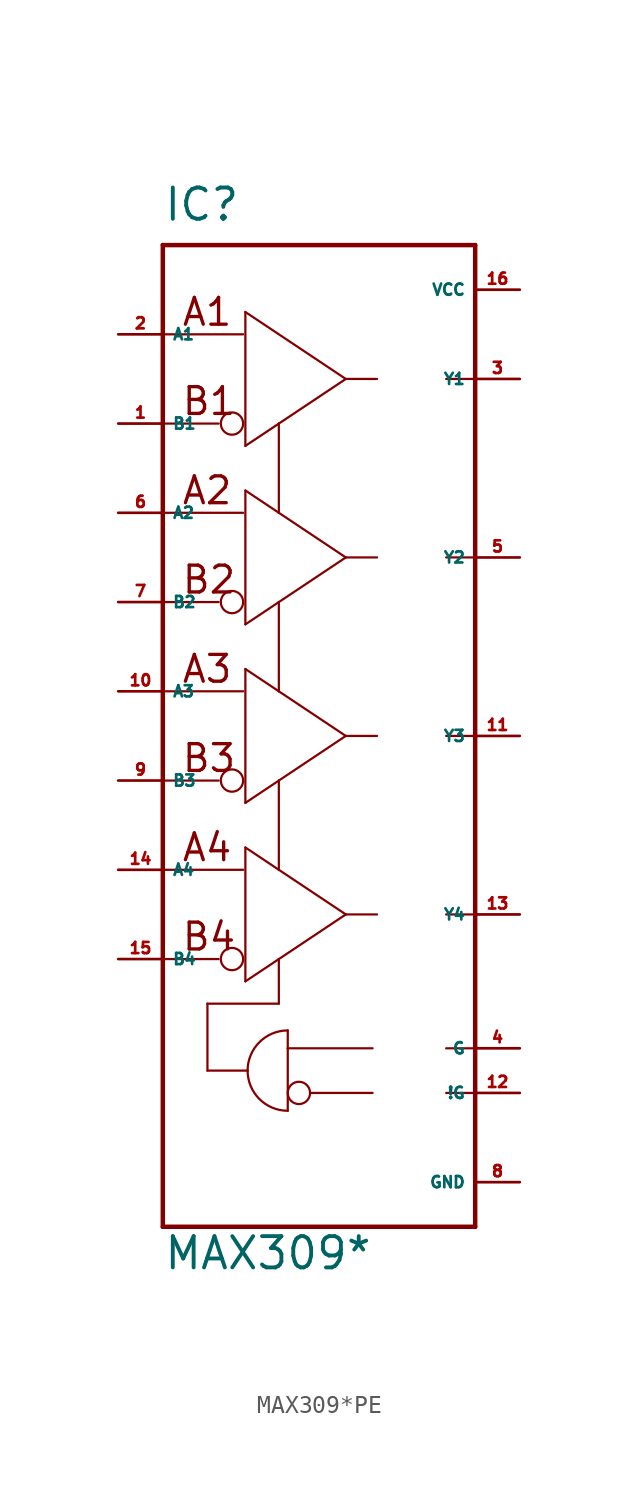
<source format=kicad_sym>
(kicad_symbol_lib
  (version 20220914)
  (generator Eagle2Kicad)
  (symbol "MAX309*PE"
    (property "Reference" "IC"
      (at -7.62 29.21 0)
      (effects (font (size 1.778 1.778) (thickness 0.22)) (justify left bottom)))
    (property "Value" "MAX309*"
      (at -7.62 -30.48 0)
      (effects (font (size 1.778 1.778) (thickness 0.22)) (justify left bottom)))
    (polyline
      (pts (xy 10.16 27.94) (xy -7.62 27.94))
      (stroke (width 0.254) (type default))
      (fill (type none)))
    (polyline
      (pts (xy -7.62 27.94) (xy -7.62 -27.94))
      (stroke (width 0.254) (type default))
      (fill (type none)))
    (polyline
      (pts (xy -7.62 -27.94) (xy 10.16 -27.94))
      (stroke (width 0.254) (type default))
      (fill (type none)))
    (polyline
      (pts (xy 10.16 27.94) (xy 10.16 20.32))
      (stroke (width 0.254) (type default))
      (fill (type none)))
    (polyline
      (pts (xy 10.16 20.32) (xy 10.16 10.16))
      (stroke (width 0.254) (type default))
      (fill (type none)))
    (polyline
      (pts (xy 10.16 10.16) (xy 10.16 0))
      (stroke (width 0.254) (type default))
      (fill (type none)))
    (polyline
      (pts (xy 10.16 0) (xy 10.16 -10.16))
      (stroke (width 0.254) (type default))
      (fill (type none)))
    (polyline
      (pts (xy 10.16 -10.16) (xy 10.16 -17.78))
      (stroke (width 0.254) (type default))
      (fill (type none)))
    (polyline
      (pts (xy 10.16 -17.78) (xy 10.16 -20.32))
      (stroke (width 0.254) (type default))
      (fill (type none)))
    (polyline
      (pts (xy 10.16 -20.32) (xy 10.16 -27.94))
      (stroke (width 0.254) (type default))
      (fill (type none)))
    (polyline
      (pts (xy -2.921 16.51) (xy -2.921 24.13))
      (stroke (width 0.127) (type default))
      (fill (type none)))
    (polyline
      (pts (xy -2.921 24.13) (xy 2.794 20.32))
      (stroke (width 0.127) (type default))
      (fill (type none)))
    (polyline
      (pts (xy 2.794 20.32) (xy -1.016 17.78))
      (stroke (width 0.127) (type default))
      (fill (type none)))
    (polyline
      (pts (xy -1.016 17.78) (xy -2.921 16.51))
      (stroke (width 0.127) (type default))
      (fill (type none)))
    (polyline
      (pts (xy -1.016 -12.7) (xy -1.016 -15.24))
      (stroke (width 0.127) (type default))
      (fill (type none)))
    (polyline
      (pts (xy -1.016 -15.24) (xy -5.08 -15.24))
      (stroke (width 0.127) (type default))
      (fill (type none)))
    (polyline
      (pts (xy -5.08 -15.24) (xy -5.08 -19.05))
      (stroke (width 0.127) (type default))
      (fill (type none)))
    (polyline
      (pts (xy -5.08 -19.05) (xy -2.794 -19.05))
      (stroke (width 0.127) (type default))
      (fill (type none)))
    (polyline
      (pts (xy 10.16 20.32) (xy 8.509 20.32))
      (stroke (width 0.127) (type default))
      (fill (type none)))
    (polyline
      (pts (xy -4.445 17.78) (xy -7.493 17.78))
      (stroke (width 0.127) (type default))
      (fill (type none)))
    (polyline
      (pts (xy -3.048 22.86) (xy -7.493 22.86))
      (stroke (width 0.127) (type default))
      (fill (type none)))
    (polyline
      (pts (xy -2.921 6.35) (xy -2.921 13.97))
      (stroke (width 0.127) (type default))
      (fill (type none)))
    (polyline
      (pts (xy -2.921 13.97) (xy -1.016 12.7))
      (stroke (width 0.127) (type default))
      (fill (type none)))
    (polyline
      (pts (xy -1.016 12.7) (xy 2.794 10.16))
      (stroke (width 0.127) (type default))
      (fill (type none)))
    (polyline
      (pts (xy 2.794 10.16) (xy -1.016 7.62))
      (stroke (width 0.127) (type default))
      (fill (type none)))
    (polyline
      (pts (xy -1.016 7.62) (xy -2.921 6.35))
      (stroke (width 0.127) (type default))
      (fill (type none)))
    (polyline
      (pts (xy -1.016 17.78) (xy -1.016 12.7))
      (stroke (width 0.127) (type default))
      (fill (type none)))
    (polyline
      (pts (xy 10.16 10.16) (xy 8.509 10.16))
      (stroke (width 0.127) (type default))
      (fill (type none)))
    (polyline
      (pts (xy -4.445 7.62) (xy -7.493 7.62))
      (stroke (width 0.127) (type default))
      (fill (type none)))
    (polyline
      (pts (xy -3.048 12.7) (xy -7.493 12.7))
      (stroke (width 0.127) (type default))
      (fill (type none)))
    (polyline
      (pts (xy -2.921 -3.81) (xy -2.921 3.81))
      (stroke (width 0.127) (type default))
      (fill (type none)))
    (polyline
      (pts (xy -2.921 3.81) (xy -1.016 2.54))
      (stroke (width 0.127) (type default))
      (fill (type none)))
    (polyline
      (pts (xy -1.016 2.54) (xy 2.794 0))
      (stroke (width 0.127) (type default))
      (fill (type none)))
    (polyline
      (pts (xy 2.794 0) (xy -1.016 -2.54))
      (stroke (width 0.127) (type default))
      (fill (type none)))
    (polyline
      (pts (xy -1.016 -2.54) (xy -2.921 -3.81))
      (stroke (width 0.127) (type default))
      (fill (type none)))
    (polyline
      (pts (xy -1.016 7.62) (xy -1.016 2.54))
      (stroke (width 0.127) (type default))
      (fill (type none)))
    (polyline
      (pts (xy 10.16 0) (xy 8.509 0))
      (stroke (width 0.127) (type default))
      (fill (type none)))
    (polyline
      (pts (xy -4.445 -2.54) (xy -7.493 -2.54))
      (stroke (width 0.127) (type default))
      (fill (type none)))
    (polyline
      (pts (xy -3.048 2.54) (xy -7.493 2.54))
      (stroke (width 0.127) (type default))
      (fill (type none)))
    (polyline
      (pts (xy -2.921 -13.97) (xy -2.921 -6.35))
      (stroke (width 0.127) (type default))
      (fill (type none)))
    (polyline
      (pts (xy -2.921 -6.35) (xy -1.016 -7.62))
      (stroke (width 0.127) (type default))
      (fill (type none)))
    (polyline
      (pts (xy -1.016 -7.62) (xy 2.794 -10.16))
      (stroke (width 0.127) (type default))
      (fill (type none)))
    (polyline
      (pts (xy 2.794 -10.16) (xy -1.016 -12.7))
      (stroke (width 0.127) (type default))
      (fill (type none)))
    (polyline
      (pts (xy -1.016 -12.7) (xy -2.921 -13.97))
      (stroke (width 0.127) (type default))
      (fill (type none)))
    (polyline
      (pts (xy -1.016 -2.54) (xy -1.016 -7.62))
      (stroke (width 0.127) (type default))
      (fill (type none)))
    (polyline
      (pts (xy 10.16 -10.16) (xy 8.509 -10.16))
      (stroke (width 0.127) (type default))
      (fill (type none)))
    (polyline
      (pts (xy -4.445 -12.7) (xy -7.493 -12.7))
      (stroke (width 0.127) (type default))
      (fill (type none)))
    (polyline
      (pts (xy -3.048 -7.62) (xy -7.493 -7.62))
      (stroke (width 0.127) (type default))
      (fill (type none)))
    (polyline
      (pts (xy -0.508 -16.764) (xy -0.508 -17.78))
      (stroke (width 0.127) (type default))
      (fill (type none)))
    (polyline
      (pts (xy -0.508 -17.78) (xy -0.508 -21.336))
      (stroke (width 0.127) (type default))
      (fill (type none)))
    (arc
      (start -0.508 -16.764)
      (mid -2.124 -17.434)
      (end -2.794 -19.05)
      (stroke (width 0.127) (type default))
      (fill (type none)))
    (arc
      (start -2.794 -19.05)
      (mid -2.124 -20.666)
      (end -0.508 -21.336)
      (stroke (width 0.127) (type default))
      (fill (type none)))
    (polyline
      (pts (xy 4.318 -17.78) (xy -0.508 -17.78))
      (stroke (width 0.127) (type default))
      (fill (type none)))
    (polyline
      (pts (xy 4.318 -20.32) (xy 0.762 -20.32))
      (stroke (width 0.127) (type default))
      (fill (type none)))
    (polyline
      (pts (xy 10.16 -17.78) (xy 8.509 -17.78))
      (stroke (width 0.127) (type default))
      (fill (type none)))
    (polyline
      (pts (xy 10.16 -20.32) (xy 8.509 -20.32))
      (stroke (width 0.127) (type default))
      (fill (type none)))
    (polyline
      (pts (xy 4.572 -10.16) (xy 2.794 -10.16))
      (stroke (width 0.127) (type default))
      (fill (type none)))
    (polyline
      (pts (xy 4.572 0) (xy 2.794 0))
      (stroke (width 0.127) (type default))
      (fill (type none)))
    (polyline
      (pts (xy 4.572 10.16) (xy 2.794 10.16))
      (stroke (width 0.127) (type default))
      (fill (type none)))
    (polyline
      (pts (xy 4.572 20.32) (xy 2.794 20.32))
      (stroke (width 0.127) (type default))
      (fill (type none)))
    (text "B1"
      (at -6.604 18.161 0)
      (effects (font (size 1.524 1.524) (thickness 0.19)) (justify left bottom)))
    (text "A1"
      (at -6.604 23.241 0)
      (effects (font (size 1.524 1.524) (thickness 0.19)) (justify left bottom)))
    (text "B2"
      (at -6.604 8.001 0)
      (effects (font (size 1.524 1.524) (thickness 0.19)) (justify left bottom)))
    (text "A2"
      (at -6.604 13.081 0)
      (effects (font (size 1.524 1.524) (thickness 0.19)) (justify left bottom)))
    (text "B3"
      (at -6.604 -2.159 0)
      (effects (font (size 1.524 1.524) (thickness 0.19)) (justify left bottom)))
    (text "A3"
      (at -6.604 2.921 0)
      (effects (font (size 1.524 1.524) (thickness 0.19)) (justify left bottom)))
    (text "B4"
      (at -6.604 -12.319 0)
      (effects (font (size 1.524 1.524) (thickness 0.19)) (justify left bottom)))
    (text "A4"
      (at -6.604 -7.239 0)
      (effects (font (size 1.524 1.524) (thickness 0.19)) (justify left bottom)))
    (circle
      (center -3.683 17.78)
      (radius 0.635)
      (stroke (width 0.127) (type default))
      (fill (type none)))
    (circle
      (center -3.683 7.62)
      (radius 0.635)
      (stroke (width 0.127) (type default))
      (fill (type none)))
    (circle
      (center -3.683 -2.54)
      (radius 0.635)
      (stroke (width 0.127) (type default))
      (fill (type none)))
    (circle
      (center -3.683 -12.7)
      (radius 0.635)
      (stroke (width 0.127) (type default))
      (fill (type none)))
    (circle
      (center 0.127 -20.32)
      (radius 0.635)
      (stroke (width 0.127) (type default))
      (fill (type none)))
    (pin output line
      (at 12.7 20.32 180)
      (length 2.54)
      (name "Y1" (effects (font (size 0.635 0.635) (thickness 0.08)) (justify left bottom)))
      (number "3" (effects (font (size 0.635 0.635) (thickness 0.08)) (justify left bottom))))
    (pin output line
      (at -10.16 17.78 0)
      (length 2.54)
      (name "B1" (effects (font (size 0.635 0.635) (thickness 0.08)) (justify left bottom)))
      (number "1" (effects (font (size 0.635 0.635) (thickness 0.08)) (justify left bottom))))
    (pin output line
      (at -10.16 22.86 0)
      (length 2.54)
      (name "A1" (effects (font (size 0.635 0.635) (thickness 0.08)) (justify left bottom)))
      (number "2" (effects (font (size 0.635 0.635) (thickness 0.08)) (justify left bottom))))
    (pin input line
      (at 12.7 -17.78 180)
      (length 2.54)
      (name "G" (effects (font (size 0.635 0.635) (thickness 0.08)) (justify left bottom)))
      (number "4" (effects (font (size 0.635 0.635) (thickness 0.08)) (justify left bottom))))
    (pin input line
      (at 12.7 -20.32 180)
      (length 2.54)
      (name "!G" (effects (font (size 0.635 0.635) (thickness 0.08)) (justify left bottom)))
      (number "12" (effects (font (size 0.635 0.635) (thickness 0.08)) (justify left bottom))))
    (pin unspecified line
      (at 12.7 -25.4 180)
      (length 2.54)
      (name "GND" (effects (font (size 0.635 0.635) (thickness 0.08)) (justify left bottom)))
      (number "8" (effects (font (size 0.635 0.635) (thickness 0.08)) (justify left bottom))))
    (pin output line
      (at 12.7 25.4 180)
      (length 2.54)
      (name "VCC" (effects (font (size 0.635 0.635) (thickness 0.08)) (justify left bottom)))
      (number "16" (effects (font (size 0.635 0.635) (thickness 0.08)) (justify left bottom))))
    (pin output line
      (at 12.7 10.16 180)
      (length 2.54)
      (name "Y2" (effects (font (size 0.635 0.635) (thickness 0.08)) (justify left bottom)))
      (number "5" (effects (font (size 0.635 0.635) (thickness 0.08)) (justify left bottom))))
    (pin output line
      (at -10.16 7.62 0)
      (length 2.54)
      (name "B2" (effects (font (size 0.635 0.635) (thickness 0.08)) (justify left bottom)))
      (number "7" (effects (font (size 0.635 0.635) (thickness 0.08)) (justify left bottom))))
    (pin output line
      (at -10.16 12.7 0)
      (length 2.54)
      (name "A2" (effects (font (size 0.635 0.635) (thickness 0.08)) (justify left bottom)))
      (number "6" (effects (font (size 0.635 0.635) (thickness 0.08)) (justify left bottom))))
    (pin output line
      (at 12.7 0 180)
      (length 2.54)
      (name "Y3" (effects (font (size 0.635 0.635) (thickness 0.08)) (justify left bottom)))
      (number "11" (effects (font (size 0.635 0.635) (thickness 0.08)) (justify left bottom))))
    (pin output line
      (at -10.16 -2.54 0)
      (length 2.54)
      (name "B3" (effects (font (size 0.635 0.635) (thickness 0.08)) (justify left bottom)))
      (number "9" (effects (font (size 0.635 0.635) (thickness 0.08)) (justify left bottom))))
    (pin output line
      (at -10.16 2.54 0)
      (length 2.54)
      (name "A3" (effects (font (size 0.635 0.635) (thickness 0.08)) (justify left bottom)))
      (number "10" (effects (font (size 0.635 0.635) (thickness 0.08)) (justify left bottom))))
    (pin output line
      (at 12.7 -10.16 180)
      (length 2.54)
      (name "Y4" (effects (font (size 0.635 0.635) (thickness 0.08)) (justify left bottom)))
      (number "13" (effects (font (size 0.635 0.635) (thickness 0.08)) (justify left bottom))))
    (pin output line
      (at -10.16 -12.7 0)
      (length 2.54)
      (name "B4" (effects (font (size 0.635 0.635) (thickness 0.08)) (justify left bottom)))
      (number "15" (effects (font (size 0.635 0.635) (thickness 0.08)) (justify left bottom))))
    (pin output line
      (at -10.16 -7.62 0)
      (length 2.54)
      (name "A4" (effects (font (size 0.635 0.635) (thickness 0.08)) (justify left bottom)))
      (number "14" (effects (font (size 0.635 0.635) (thickness 0.08)) (justify left bottom))))))
</source>
